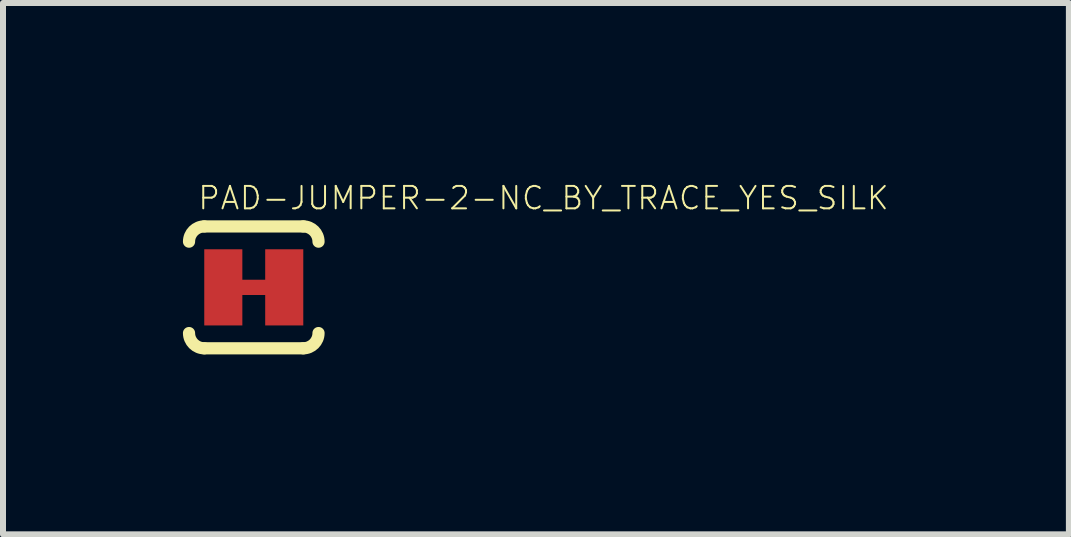
<source format=kicad_pcb>
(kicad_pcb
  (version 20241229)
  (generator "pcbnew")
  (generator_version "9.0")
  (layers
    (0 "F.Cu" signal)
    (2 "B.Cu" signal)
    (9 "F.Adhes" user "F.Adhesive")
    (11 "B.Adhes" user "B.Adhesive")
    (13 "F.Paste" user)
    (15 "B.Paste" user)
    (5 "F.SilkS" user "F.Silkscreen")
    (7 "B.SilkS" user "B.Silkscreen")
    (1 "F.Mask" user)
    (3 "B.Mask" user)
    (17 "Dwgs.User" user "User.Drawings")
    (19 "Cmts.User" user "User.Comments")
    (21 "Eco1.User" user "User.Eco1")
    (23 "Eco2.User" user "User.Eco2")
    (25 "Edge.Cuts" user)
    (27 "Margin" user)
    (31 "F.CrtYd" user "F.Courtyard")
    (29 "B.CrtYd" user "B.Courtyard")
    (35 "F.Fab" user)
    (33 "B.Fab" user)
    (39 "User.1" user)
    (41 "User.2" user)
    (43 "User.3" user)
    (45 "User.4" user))
  (footprint "PAD-JUMPER-2-NC_BY_TRACE_YES_SILK"
    (layer "F.Cu")
    (at 1.181 1.741)
    (property "Reference" "PAD-JUMPER-2-NC_BY_TRACE_YES_SILK" (at -0.953 -1.27 0) (unlocked yes) (layer "F.SilkS") (effects (font (size 0.374 0.374) (thickness 0.033)) (justify left bottom)))
    (fp_line (start -0.381 0) (end 0.381 0) (stroke (width 0.254) (type solid)) (layer "F.Cu"))
    (fp_line (start -0.826 -1.016) (end 0.826 -1.016) (stroke (width 0.203) (type solid)) (layer "F.SilkS"))
    (fp_line (start 0.826 1.016) (end -0.826 1.016) (stroke (width 0.203) (type solid)) (layer "F.SilkS"))
    (fp_arc (start -1.0795 -0.762) (mid -1.005105 -0.941605) (end -0.8255 -1.016) (stroke (width 0.2032) (type solid)) (layer "F.SilkS"))
    (fp_arc (start -0.8255 1.016) (mid -1.005105 0.941605) (end -1.0795 0.762) (stroke (width 0.2032) (type solid)) (layer "F.SilkS"))
    (fp_arc (start 0.8255 -1.016) (mid 1.005105 -0.941605) (end 1.0795 -0.762) (stroke (width 0.2032) (type solid)) (layer "F.SilkS"))
    (fp_arc (start 1.0795 0.762) (mid 1.005105 0.941605) (end 0.8255 1.016) (stroke (width 0.2032) (type solid)) (layer "F.SilkS"))
    (pad "1" smd rect (at -0.508 0) (size 0.635 1.27) (layers "F.Cu" "F.Mask"))
    (pad "2" smd rect (at 0.508 0) (size 0.635 1.27) (layers "F.Cu" "F.Mask")))
  (gr_rect
    (start -3 -3)
    (end 14.771 5.859)
    (stroke (width 0.1) (type default))
    (fill no)
    (layer "Edge.Cuts")))
</source>
